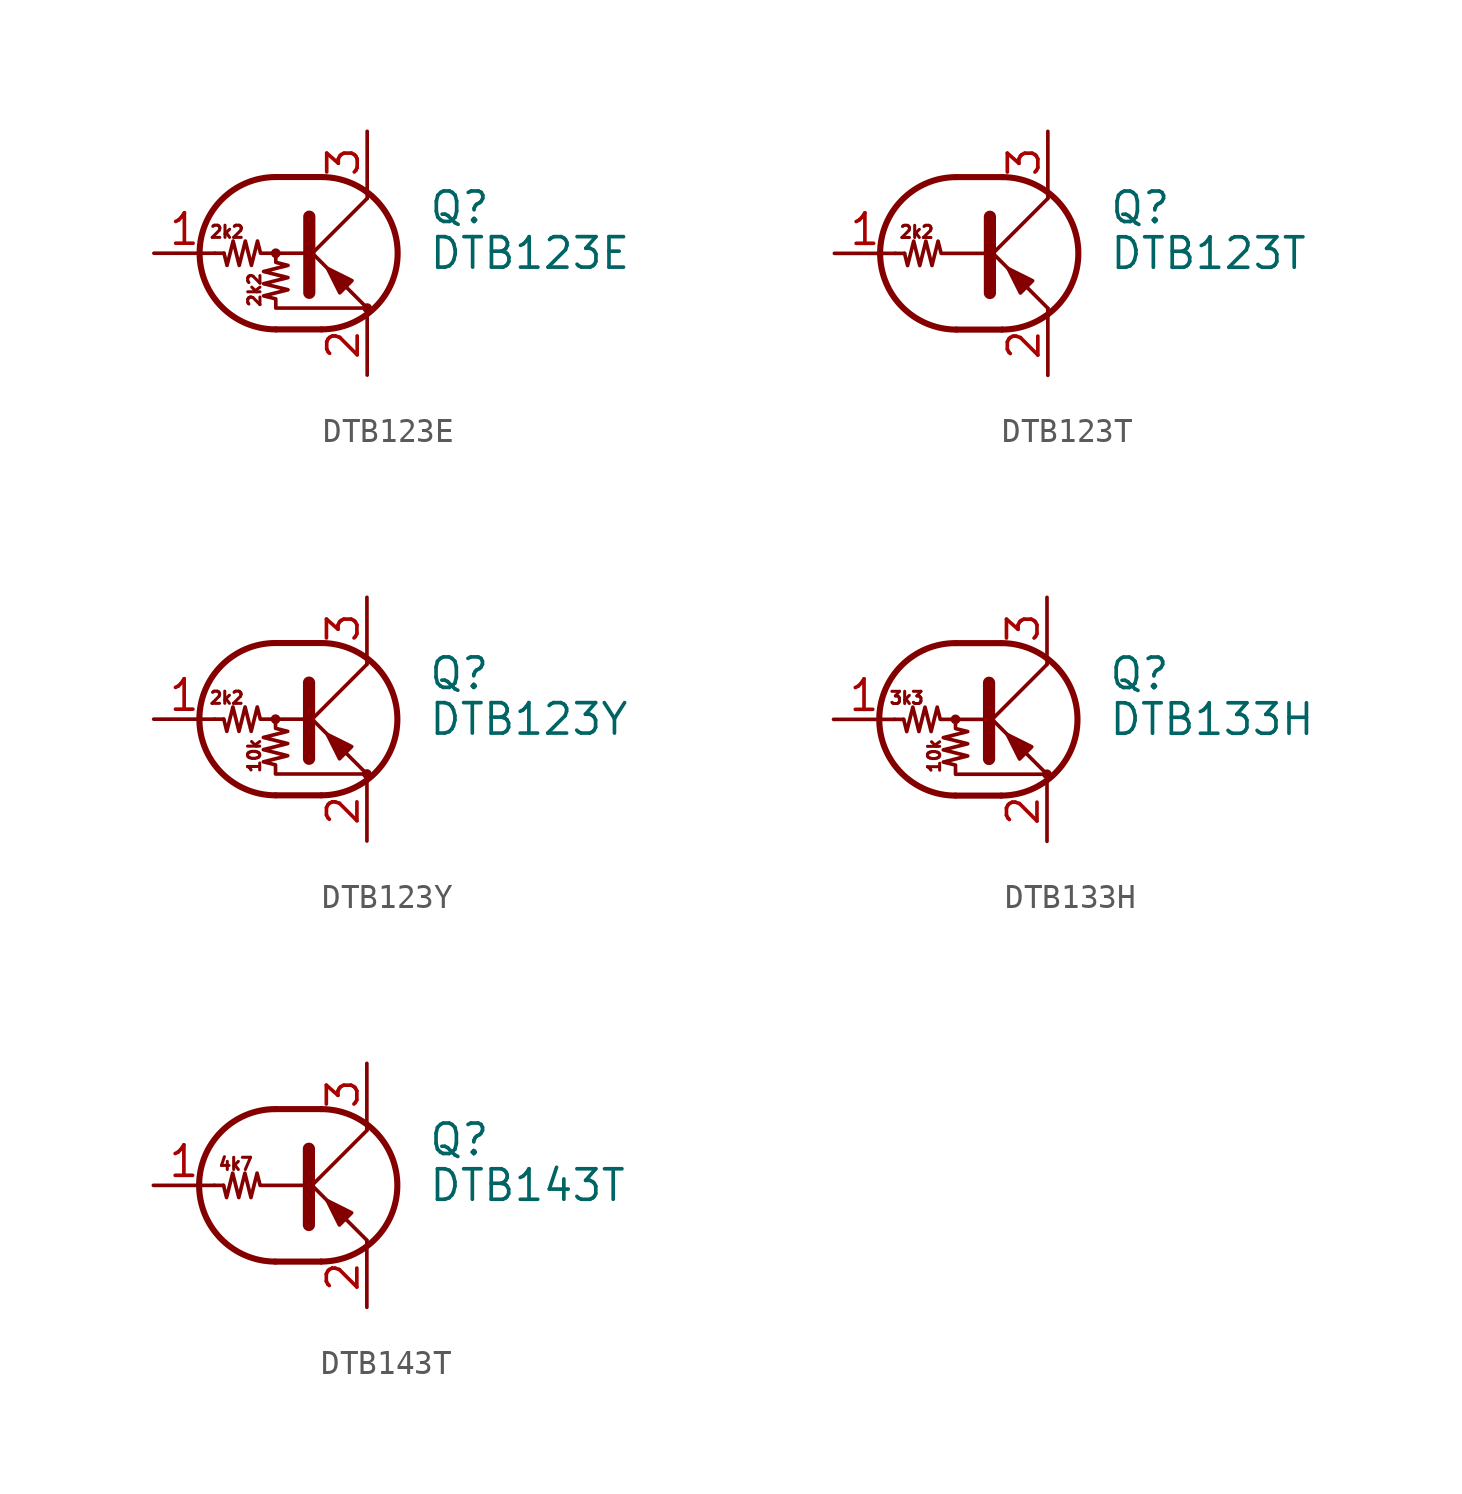
<source format=kicad_sym>
(kicad_symbol_lib
  (version 20200908)
  (generator kicad_symbol_editor)
  (symbol "Transistor_BJT:DTB123E"
    (pin_names
      (offset 0) hide)
    (property "Reference" "Q"
      (at 5.08 1.905 0)
      (effects (font (size 1.27 1.27)) (justify left)))
    (property "Value" "DTB123E"
      (at 5.08 0 0)
      (effects (font (size 1.27 1.27)) (justify left)))
    (symbol "DTB123E_0_1"
      (arc (start -1.27 3.175) (end -1.27 -3.175) (radius (at -1.27 0) (length 3.175) (angles 90.1 -90.1)) (stroke (width 0.254)) (fill (type none)))
      (arc (start 0.635 -3.175) (end 0.635 3.175) (radius (at 0.635 0) (length 3.175) (angles -89.9 89.9)) (stroke (width 0.254)) (fill (type none)))
      (circle (center -1.27 0) (radius 0.127) (stroke (width 0)) (fill (type none)))
      (circle (center 2.54 -2.286) (radius 0.127) (stroke (width 0)) (fill (type none)))
      (polyline (pts (xy -3.429 0) (xy -3.81 0)) (stroke (width 0)) (fill (type none)))
      (polyline (pts (xy -1.27 -3.175) (xy 0.635 -3.175)) (stroke (width 0.254)) (fill (type none)))
      (polyline (pts (xy -1.27 3.175) (xy 0.635 3.175)) (stroke (width 0.254)) (fill (type none)))
      (polyline (pts (xy 0 -0.254) (xy 2.54 2.286)) (stroke (width 0)) (fill (type none)))
      (polyline (pts (xy 0.127 1.524) (xy 0.127 -1.651)) (stroke (width 0.508)) (fill (type outline)))
      (polyline (pts (xy 2.54 2.286) (xy 2.54 2.54)) (stroke (width 0)) (fill (type none)))
      (polyline (pts (xy 2.54 -2.286) (xy 0 0.254) (xy 0 0.254)) (stroke (width 0)) (fill (type none)))
      (polyline (pts (xy 1.397 -1.651) (xy 1.905 -1.143) (xy 0.889 -0.635) (xy 1.397 -1.651)) (stroke (width 0)) (fill (type outline)))
      (polyline (pts (xy 0 0) (xy -1.905 0) (xy -2.032 0.508) (xy -2.286 -0.508) (xy -2.54 0.508) (xy -2.794 -0.508) (xy -3.048 0.508) (xy -3.302 -0.508) (xy -3.429 0)) (stroke (width 0)) (fill (type none)))
      (polyline (pts (xy -1.27 0) (xy -1.27 -0.381) (xy -0.762 -0.508) (xy -1.778 -0.762) (xy -0.762 -1.016) (xy -1.778 -1.27) (xy -0.762 -1.524) (xy -1.778 -1.778) (xy -1.27 -1.905) (xy -1.27 -2.286) (xy 2.54 -2.286)) (stroke (width 0)) (fill (type none))))
    (symbol "DTB123E_0_0"
      (text "2k2" (at -3.302 0.889 0) (effects (font (size 0.508 0.508))))
      (text "2k2" (at -2.159 -1.524 900) (effects (font (size 0.508 0.508)))))
    (symbol "DTB123E_1_1"
      (pin input line (at -6.35 0 0) (length 2.54) (name "B" (effects (font (size 1.27 1.27)))) (number "1" (effects (font (size 1.27 1.27)))))
      (pin passive line (at 2.54 -5.08 90) (length 2.54) (name "E" (effects (font (size 1.27 1.27)))) (number "2" (effects (font (size 1.27 1.27)))))
      (pin passive line (at 2.54 5.08 270) (length 2.54) (name "C" (effects (font (size 1.27 1.27)))) (number "3" (effects (font (size 1.27 1.27)))))))
  (symbol "Transistor_BJT:DTB123T"
    (pin_names
      (offset 0) hide)
    (property "Reference" "Q"
      (at 5.08 1.905 0)
      (effects (font (size 1.27 1.27)) (justify left)))
    (property "Value" "DTB123T"
      (at 5.08 0 0)
      (effects (font (size 1.27 1.27)) (justify left)))
    (symbol "DTB123T_0_1"
      (arc (start -1.27 3.175) (end -1.27 -3.175) (radius (at -1.27 0) (length 3.175) (angles 90.1 -90.1)) (stroke (width 0.254)) (fill (type none)))
      (arc (start 0.635 -3.175) (end 0.635 3.175) (radius (at 0.635 0) (length 3.175) (angles -89.9 89.9)) (stroke (width 0.254)) (fill (type none)))
      (polyline (pts (xy -3.429 0) (xy -3.81 0)) (stroke (width 0)) (fill (type none)))
      (polyline (pts (xy -1.27 -3.175) (xy 0.635 -3.175)) (stroke (width 0.254)) (fill (type none)))
      (polyline (pts (xy -1.27 3.175) (xy 0.635 3.175)) (stroke (width 0.254)) (fill (type none)))
      (polyline (pts (xy 0 -0.254) (xy 2.54 2.286)) (stroke (width 0)) (fill (type none)))
      (polyline (pts (xy 0.127 1.524) (xy 0.127 -1.651)) (stroke (width 0.508)) (fill (type outline)))
      (polyline (pts (xy 2.54 2.286) (xy 2.54 2.54)) (stroke (width 0)) (fill (type none)))
      (polyline (pts (xy 2.54 -2.286) (xy 0 0.254) (xy 0 0.254)) (stroke (width 0)) (fill (type none)))
      (polyline (pts (xy 1.397 -1.651) (xy 1.905 -1.143) (xy 0.889 -0.635) (xy 1.397 -1.651)) (stroke (width 0)) (fill (type outline)))
      (polyline (pts (xy 0 0) (xy -1.905 0) (xy -2.032 0.508) (xy -2.286 -0.508) (xy -2.54 0.508) (xy -2.794 -0.508) (xy -3.048 0.508) (xy -3.302 -0.508) (xy -3.429 0)) (stroke (width 0)) (fill (type none))))
    (symbol "DTB123T_0_0"
      (text "2k2" (at -2.921 0.889 0) (effects (font (size 0.508 0.508))))
      (polyline (pts (xy 2.54 -2.286) (xy 2.54 -2.54)) (stroke (width 0)) (fill (type none))))
    (symbol "DTB123T_1_1"
      (pin input line (at -6.35 0 0) (length 2.54) (name "B" (effects (font (size 1.27 1.27)))) (number "1" (effects (font (size 1.27 1.27)))))
      (pin passive line (at 2.54 -5.08 90) (length 2.54) (name "E" (effects (font (size 1.27 1.27)))) (number "2" (effects (font (size 1.27 1.27)))))
      (pin passive line (at 2.54 5.08 270) (length 2.54) (name "C" (effects (font (size 1.27 1.27)))) (number "3" (effects (font (size 1.27 1.27)))))))
  (symbol "Transistor_BJT:DTB123Y"
    (pin_names
      (offset 0) hide)
    (property "Reference" "Q"
      (at 5.08 1.905 0)
      (effects (font (size 1.27 1.27)) (justify left)))
    (property "Value" "DTB123Y"
      (at 5.08 0 0)
      (effects (font (size 1.27 1.27)) (justify left)))
    (symbol "DTB123Y_0_1"
      (arc (start -1.27 3.175) (end -1.27 -3.175) (radius (at -1.27 0) (length 3.175) (angles 90.1 -90.1)) (stroke (width 0.254)) (fill (type none)))
      (arc (start 0.635 -3.175) (end 0.635 3.175) (radius (at 0.635 0) (length 3.175) (angles -89.9 89.9)) (stroke (width 0.254)) (fill (type none)))
      (circle (center -1.27 0) (radius 0.127) (stroke (width 0)) (fill (type none)))
      (circle (center 2.54 -2.286) (radius 0.127) (stroke (width 0)) (fill (type none)))
      (polyline (pts (xy -3.429 0) (xy -3.81 0)) (stroke (width 0)) (fill (type none)))
      (polyline (pts (xy -1.27 -3.175) (xy 0.635 -3.175)) (stroke (width 0.254)) (fill (type none)))
      (polyline (pts (xy -1.27 3.175) (xy 0.635 3.175)) (stroke (width 0.254)) (fill (type none)))
      (polyline (pts (xy 0 -0.254) (xy 2.54 2.286)) (stroke (width 0)) (fill (type none)))
      (polyline (pts (xy 0.127 1.524) (xy 0.127 -1.651)) (stroke (width 0.508)) (fill (type outline)))
      (polyline (pts (xy 2.54 2.286) (xy 2.54 2.54)) (stroke (width 0)) (fill (type none)))
      (polyline (pts (xy 2.54 -2.286) (xy 0 0.254) (xy 0 0.254)) (stroke (width 0)) (fill (type none)))
      (polyline (pts (xy 1.397 -1.651) (xy 1.905 -1.143) (xy 0.889 -0.635) (xy 1.397 -1.651)) (stroke (width 0)) (fill (type outline)))
      (polyline (pts (xy 0 0) (xy -1.905 0) (xy -2.032 0.508) (xy -2.286 -0.508) (xy -2.54 0.508) (xy -2.794 -0.508) (xy -3.048 0.508) (xy -3.302 -0.508) (xy -3.429 0)) (stroke (width 0)) (fill (type none)))
      (polyline (pts (xy -1.27 0) (xy -1.27 -0.381) (xy -0.762 -0.508) (xy -1.778 -0.762) (xy -0.762 -1.016) (xy -1.778 -1.27) (xy -0.762 -1.524) (xy -1.778 -1.778) (xy -1.27 -1.905) (xy -1.27 -2.286) (xy 2.54 -2.286)) (stroke (width 0)) (fill (type none))))
    (symbol "DTB123Y_0_0"
      (text "10k" (at -2.159 -1.524 900) (effects (font (size 0.508 0.508))))
      (text "2k2" (at -3.302 0.889 0) (effects (font (size 0.508 0.508)))))
    (symbol "DTB123Y_1_1"
      (pin input line (at -6.35 0 0) (length 2.54) (name "B" (effects (font (size 1.27 1.27)))) (number "1" (effects (font (size 1.27 1.27)))))
      (pin passive line (at 2.54 -5.08 90) (length 2.54) (name "E" (effects (font (size 1.27 1.27)))) (number "2" (effects (font (size 1.27 1.27)))))
      (pin passive line (at 2.54 5.08 270) (length 2.54) (name "C" (effects (font (size 1.27 1.27)))) (number "3" (effects (font (size 1.27 1.27)))))))
  (symbol "Transistor_BJT:DTB133H"
    (pin_names
      (offset 0) hide)
    (property "Reference" "Q"
      (at 5.08 1.905 0)
      (effects (font (size 1.27 1.27)) (justify left)))
    (property "Value" "DTB133H"
      (at 5.08 0 0)
      (effects (font (size 1.27 1.27)) (justify left)))
    (symbol "DTB133H_0_1"
      (arc (start -1.27 3.175) (end -1.27 -3.175) (radius (at -1.27 0) (length 3.175) (angles 90.1 -90.1)) (stroke (width 0.254)) (fill (type none)))
      (arc (start 0.635 -3.175) (end 0.635 3.175) (radius (at 0.635 0) (length 3.175) (angles -89.9 89.9)) (stroke (width 0.254)) (fill (type none)))
      (circle (center -1.27 0) (radius 0.127) (stroke (width 0)) (fill (type none)))
      (circle (center 2.54 -2.286) (radius 0.127) (stroke (width 0)) (fill (type none)))
      (polyline (pts (xy -3.429 0) (xy -3.81 0)) (stroke (width 0)) (fill (type none)))
      (polyline (pts (xy -1.27 -3.175) (xy 0.635 -3.175)) (stroke (width 0.254)) (fill (type none)))
      (polyline (pts (xy -1.27 3.175) (xy 0.635 3.175)) (stroke (width 0.254)) (fill (type none)))
      (polyline (pts (xy 0 -0.254) (xy 2.54 2.286)) (stroke (width 0)) (fill (type none)))
      (polyline (pts (xy 0.127 1.524) (xy 0.127 -1.651)) (stroke (width 0.508)) (fill (type outline)))
      (polyline (pts (xy 2.54 2.286) (xy 2.54 2.54)) (stroke (width 0)) (fill (type none)))
      (polyline (pts (xy 2.54 -2.286) (xy 0 0.254) (xy 0 0.254)) (stroke (width 0)) (fill (type none)))
      (polyline (pts (xy 1.397 -1.651) (xy 1.905 -1.143) (xy 0.889 -0.635) (xy 1.397 -1.651)) (stroke (width 0)) (fill (type outline)))
      (polyline (pts (xy 0 0) (xy -1.905 0) (xy -2.032 0.508) (xy -2.286 -0.508) (xy -2.54 0.508) (xy -2.794 -0.508) (xy -3.048 0.508) (xy -3.302 -0.508) (xy -3.429 0)) (stroke (width 0)) (fill (type none)))
      (polyline (pts (xy -1.27 0) (xy -1.27 -0.381) (xy -0.762 -0.508) (xy -1.778 -0.762) (xy -0.762 -1.016) (xy -1.778 -1.27) (xy -0.762 -1.524) (xy -1.778 -1.778) (xy -1.27 -1.905) (xy -1.27 -2.286) (xy 2.54 -2.286)) (stroke (width 0)) (fill (type none))))
    (symbol "DTB133H_0_0"
      (text "10k" (at -2.159 -1.524 900) (effects (font (size 0.508 0.508))))
      (text "3k3" (at -3.302 0.889 0) (effects (font (size 0.508 0.508)))))
    (symbol "DTB133H_1_1"
      (pin input line (at -6.35 0 0) (length 2.54) (name "B" (effects (font (size 1.27 1.27)))) (number "1" (effects (font (size 1.27 1.27)))))
      (pin passive line (at 2.54 -5.08 90) (length 2.54) (name "E" (effects (font (size 1.27 1.27)))) (number "2" (effects (font (size 1.27 1.27)))))
      (pin passive line (at 2.54 5.08 270) (length 2.54) (name "C" (effects (font (size 1.27 1.27)))) (number "3" (effects (font (size 1.27 1.27)))))))
  (symbol "Transistor_BJT:DTB143T"
    (pin_names
      (offset 0) hide)
    (property "Reference" "Q"
      (at 5.08 1.905 0)
      (effects (font (size 1.27 1.27)) (justify left)))
    (property "Value" "DTB143T"
      (at 5.08 0 0)
      (effects (font (size 1.27 1.27)) (justify left)))
    (symbol "DTB143T_0_1"
      (arc (start -1.27 3.175) (end -1.27 -3.175) (radius (at -1.27 0) (length 3.175) (angles 90.1 -90.1)) (stroke (width 0.254)) (fill (type none)))
      (arc (start 0.635 -3.175) (end 0.635 3.175) (radius (at 0.635 0) (length 3.175) (angles -89.9 89.9)) (stroke (width 0.254)) (fill (type none)))
      (polyline (pts (xy -3.429 0) (xy -3.81 0)) (stroke (width 0)) (fill (type none)))
      (polyline (pts (xy -1.27 -3.175) (xy 0.635 -3.175)) (stroke (width 0.254)) (fill (type none)))
      (polyline (pts (xy -1.27 3.175) (xy 0.635 3.175)) (stroke (width 0.254)) (fill (type none)))
      (polyline (pts (xy 0 -0.254) (xy 2.54 2.286)) (stroke (width 0)) (fill (type none)))
      (polyline (pts (xy 0.127 1.524) (xy 0.127 -1.651)) (stroke (width 0.508)) (fill (type outline)))
      (polyline (pts (xy 2.54 2.286) (xy 2.54 2.54)) (stroke (width 0)) (fill (type none)))
      (polyline (pts (xy 2.54 -2.286) (xy 0 0.254) (xy 0 0.254)) (stroke (width 0)) (fill (type none)))
      (polyline (pts (xy 1.397 -1.651) (xy 1.905 -1.143) (xy 0.889 -0.635) (xy 1.397 -1.651)) (stroke (width 0)) (fill (type outline)))
      (polyline (pts (xy 0 0) (xy -1.905 0) (xy -2.032 0.508) (xy -2.286 -0.508) (xy -2.54 0.508) (xy -2.794 -0.508) (xy -3.048 0.508) (xy -3.302 -0.508) (xy -3.429 0)) (stroke (width 0)) (fill (type none))))
    (symbol "DTB143T_0_0"
      (text "4k7" (at -2.921 0.889 0) (effects (font (size 0.508 0.508))))
      (polyline (pts (xy 2.54 -2.286) (xy 2.54 -2.54)) (stroke (width 0)) (fill (type none))))
    (symbol "DTB143T_1_1"
      (pin input line (at -6.35 0 0) (length 2.54) (name "B" (effects (font (size 1.27 1.27)))) (number "1" (effects (font (size 1.27 1.27)))))
      (pin passive line (at 2.54 -5.08 90) (length 2.54) (name "E" (effects (font (size 1.27 1.27)))) (number "2" (effects (font (size 1.27 1.27)))))
      (pin passive line (at 2.54 5.08 270) (length 2.54) (name "C" (effects (font (size 1.27 1.27)))) (number "3" (effects (font (size 1.27 1.27))))))))
</source>
